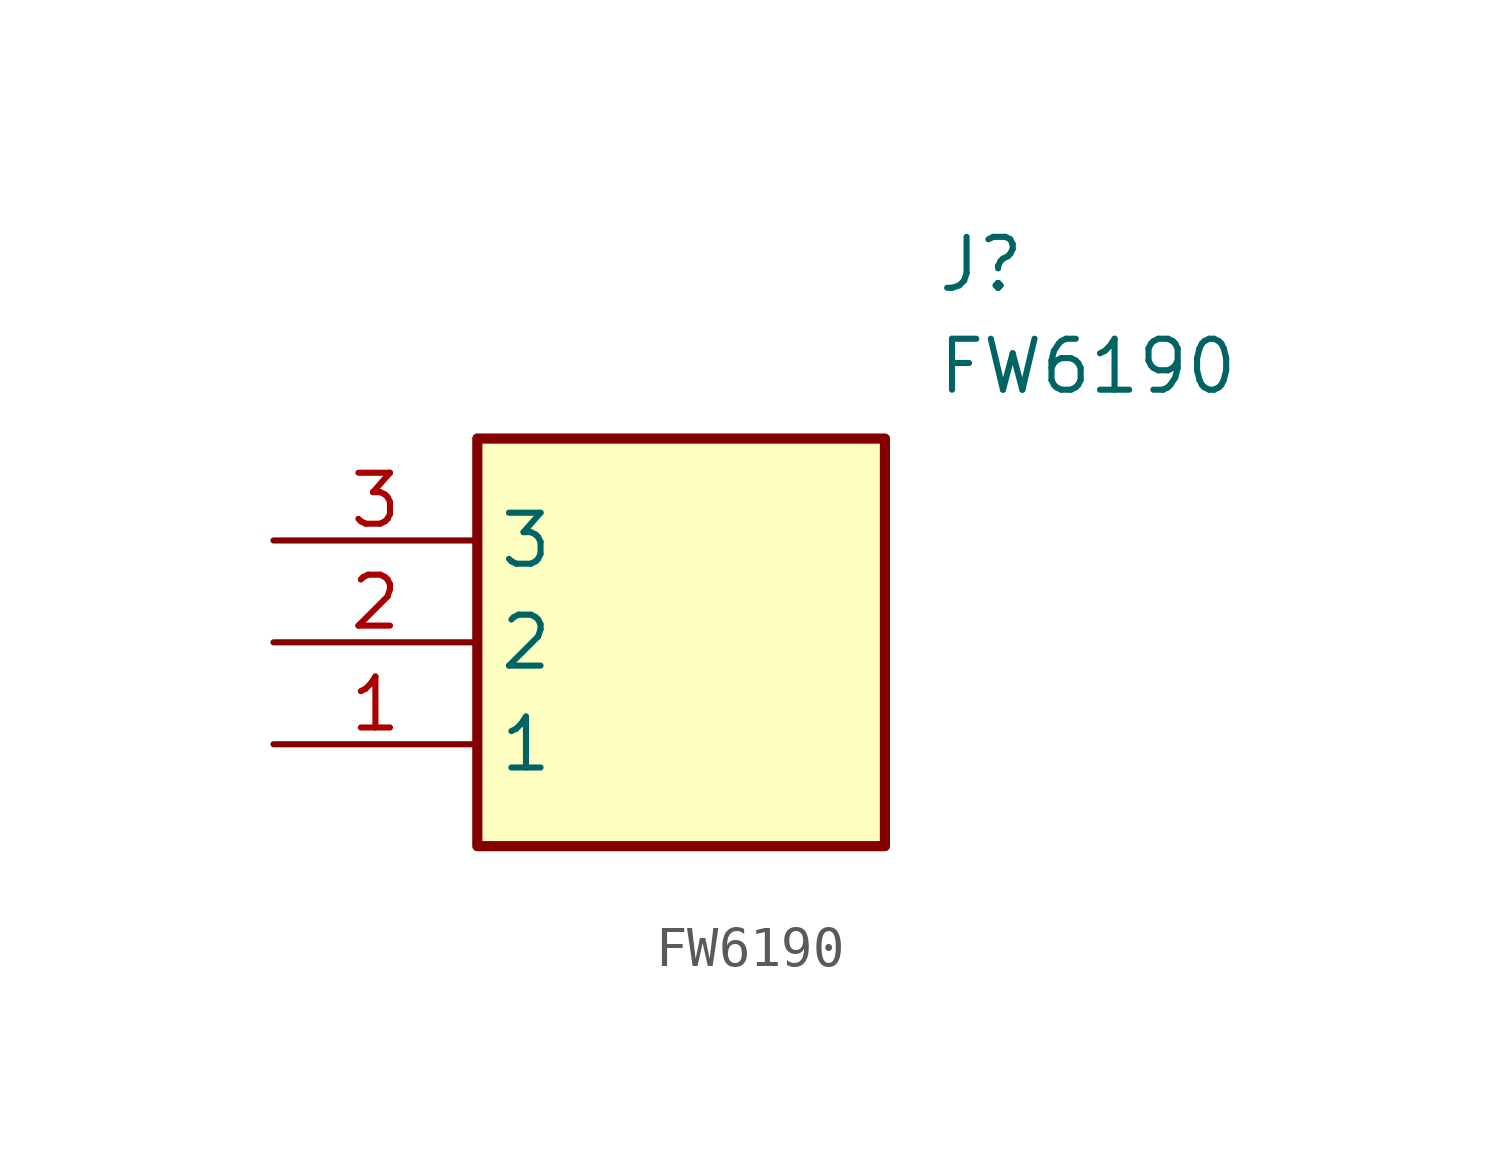
<source format=kicad_sym>
(kicad_symbol_lib
  (version 20211014)
  (generator SamacSys_ECAD_Model)
  (symbol "FW6190"
    (property "Reference" "J"
      (at 16.51 7.62 0)
      (effects (font (size 1.27 1.27)) (justify left top)))
    (property "Value" "FW6190"
      (at 16.51 5.08 0)
      (effects (font (size 1.27 1.27)) (justify left top)))
    (rectangle
      (start 5.08 2.54)
      (end 15.24 -7.62)
      (stroke (width 0.254) (type default))
      (fill (type background)))
    (pin passive line
      (at 0 -5.08 0)
      (length 5.08)
      (name "1" (effects (font (size 1.27 1.27))))
      (number "1" (effects (font (size 1.27 1.27)))))
    (pin passive line
      (at 0 -2.54 0)
      (length 5.08)
      (name "2" (effects (font (size 1.27 1.27))))
      (number "2" (effects (font (size 1.27 1.27)))))
    (pin passive line
      (at 0 0 0)
      (length 5.08)
      (name "3" (effects (font (size 1.27 1.27))))
      (number "3" (effects (font (size 1.27 1.27)))))))
</source>
